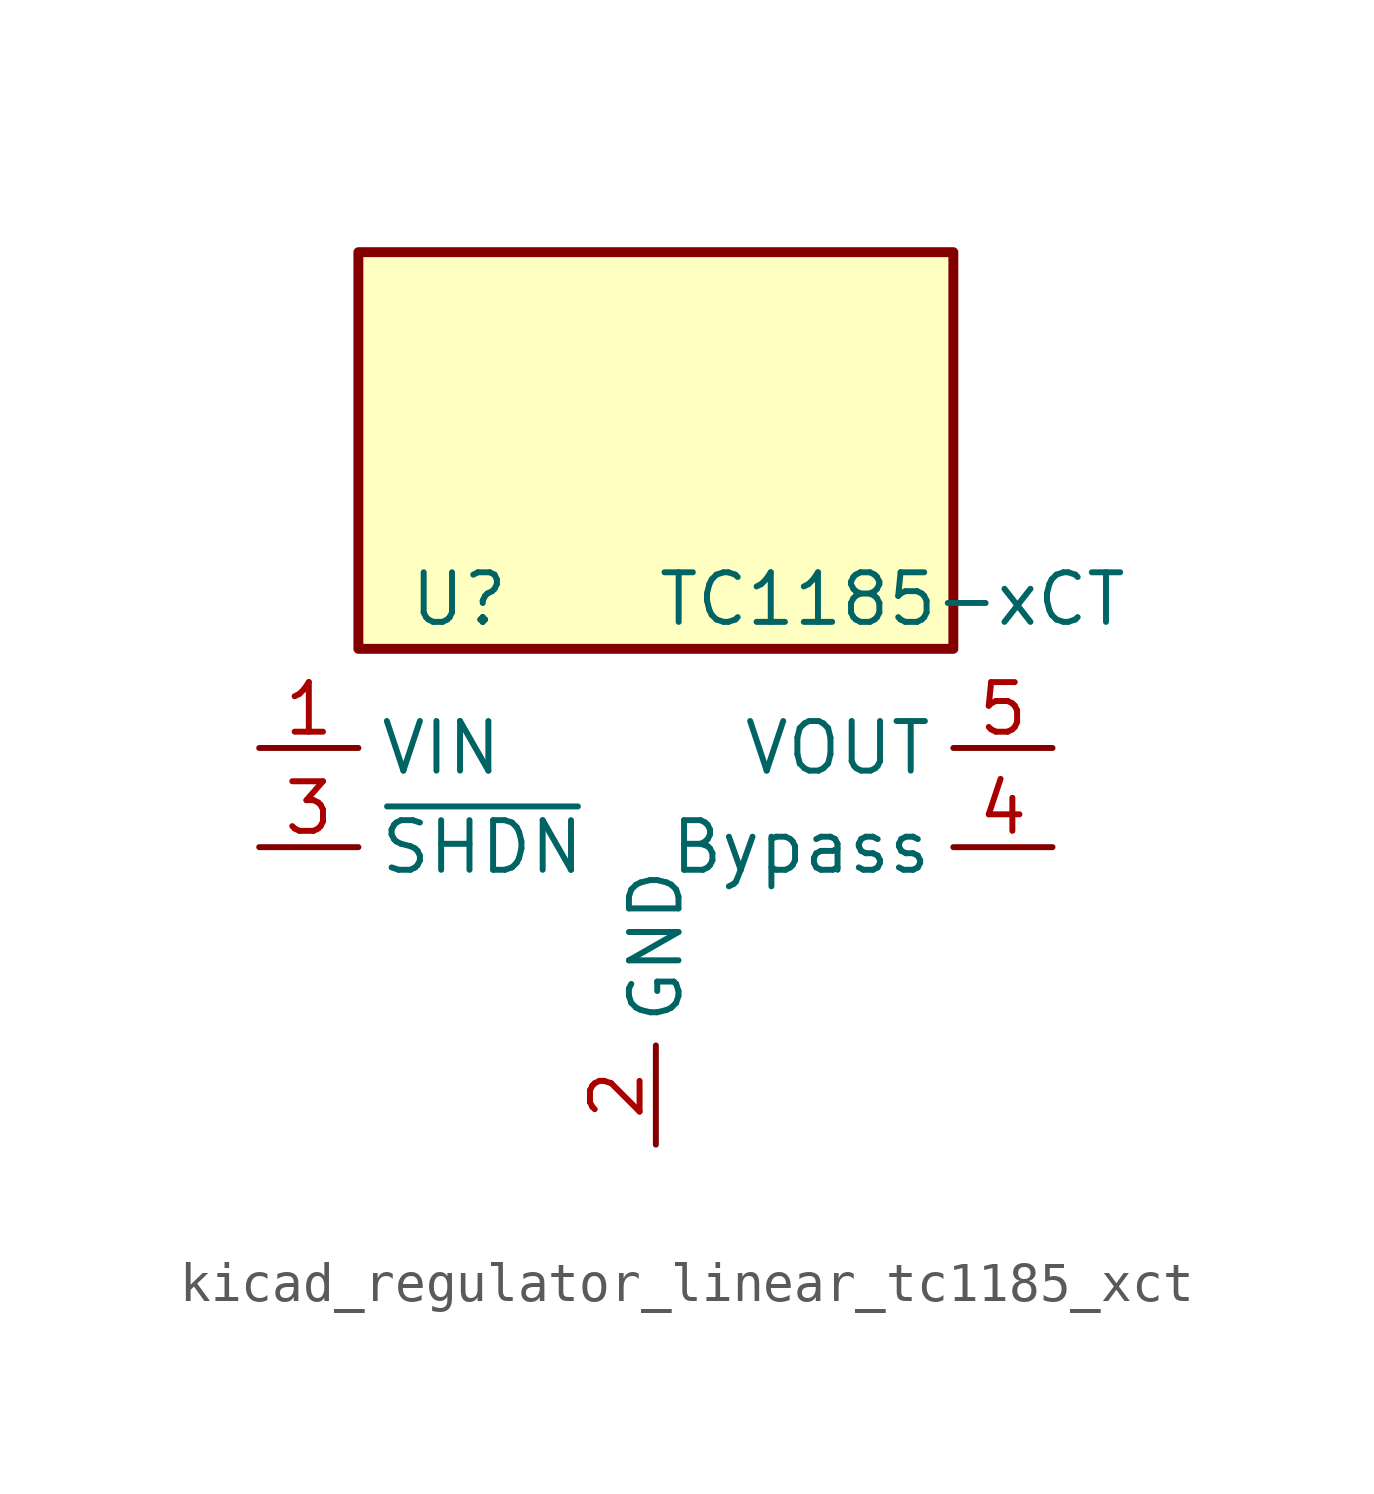
<source format=kicad_sym>
(kicad_symbol_lib
  (version 20220914)
  (generator kicad_symbol_editor)
  (symbol "kicad_regulator_linear_tc1185_xct"
    (property "Reference" "U"
      (at -6.35 6.35 0)
      (effects (font (size 1.27 1.27)) (justify left)))
    (property "Value" "TC1185-xCT"
      (at 0 6.35 0)
      (effects (font (size 1.27 1.27)) (justify left)))
    (symbol "kicad_regulator_linear_tc1185_xct_0_1"
      (rectangle (start 7.62 15.24) (end -7.62 5.08) (stroke (width 0.254) (type default)) (fill (type background))))
    (symbol "kicad_regulator_linear_tc1185_xct_1_1"
      (pin power_in line (at -10.16 2.54 0) (length 2.54) (name "VIN" (effects (font (size 1.27 1.27)))) (number "1" (effects (font (size 1.27 1.27)))))
      (pin power_in line (at 0 -7.62 90) (length 2.54) (name "GND" (effects (font (size 1.27 1.27)))) (number "2" (effects (font (size 1.27 1.27)))))
      (pin input line (at -10.16 0 0) (length 2.54) (name "~{SHDN}" (effects (font (size 1.27 1.27)))) (number "3" (effects (font (size 1.27 1.27)))))
      (pin passive line (at 10.16 0 180) (length 2.54) (name "Bypass" (effects (font (size 1.27 1.27)))) (number "4" (effects (font (size 1.27 1.27)))))
      (pin power_out line (at 10.16 2.54 180) (length 2.54) (name "VOUT" (effects (font (size 1.27 1.27)))) (number "5" (effects (font (size 1.27 1.27))))))))
</source>
